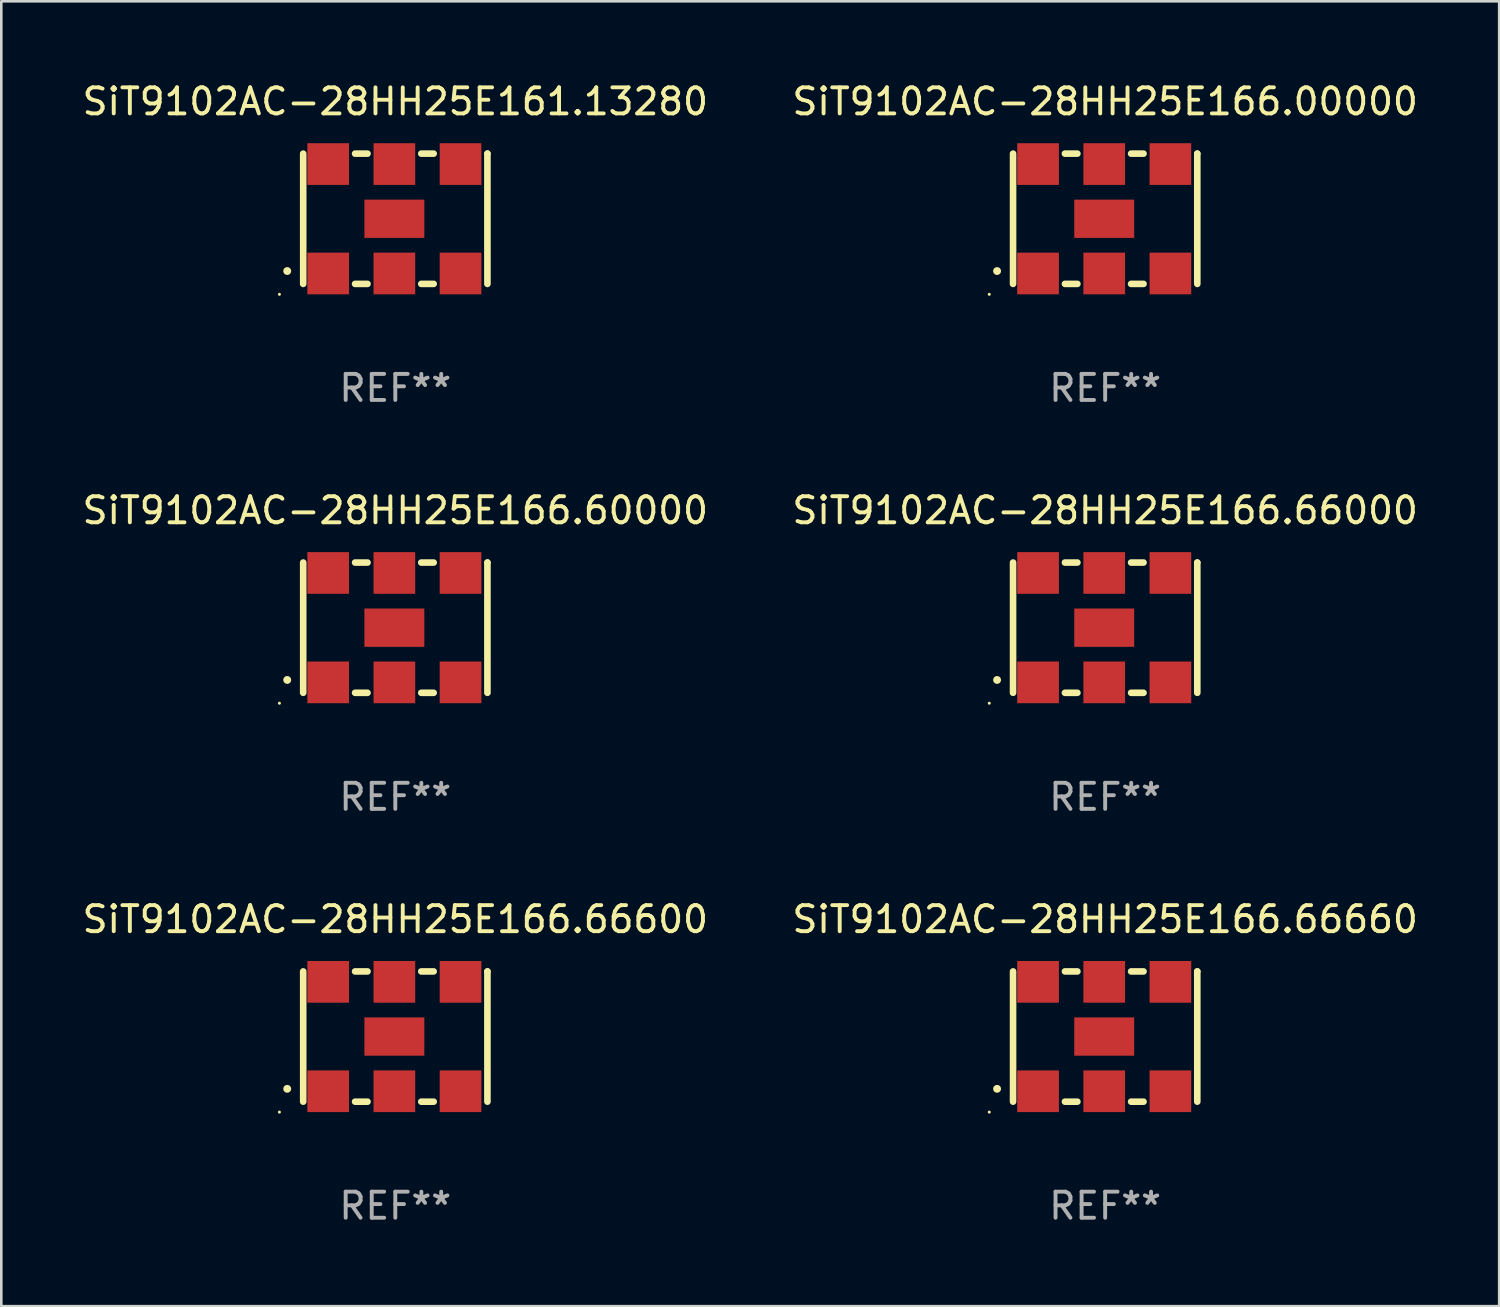
<source format=kicad_pcb>
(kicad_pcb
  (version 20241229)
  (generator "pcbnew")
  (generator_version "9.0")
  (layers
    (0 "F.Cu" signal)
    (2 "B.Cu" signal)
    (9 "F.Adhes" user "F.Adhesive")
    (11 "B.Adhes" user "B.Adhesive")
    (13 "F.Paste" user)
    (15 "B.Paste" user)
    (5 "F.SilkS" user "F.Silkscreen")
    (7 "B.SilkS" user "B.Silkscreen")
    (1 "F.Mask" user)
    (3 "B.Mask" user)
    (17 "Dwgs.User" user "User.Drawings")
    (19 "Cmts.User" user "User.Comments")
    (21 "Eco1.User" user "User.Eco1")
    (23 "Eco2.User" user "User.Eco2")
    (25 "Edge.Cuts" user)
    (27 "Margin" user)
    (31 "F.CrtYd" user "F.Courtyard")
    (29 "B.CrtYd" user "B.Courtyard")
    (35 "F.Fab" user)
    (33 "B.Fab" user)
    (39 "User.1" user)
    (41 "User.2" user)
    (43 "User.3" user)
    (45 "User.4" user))
  (footprint "SiT9102AC-28HH25E166.66660"
    (layer "F.Cu")
    (at 39.375 36.741)
    (property "Reference" "SiT9102AC-28HH25E166.66660" (at 0 -4.5 0) (layer "F.SilkS") (effects (font (size 1 1) (thickness 0.15))))
    (attr through_hole)
    (fp_line (start -3.536 -2.5) (end -3.536 2.5) (stroke (width 0.254) (type solid)) (layer "F.SilkS"))
    (fp_line (start -1.544 2.5) (end -1.067 2.5) (stroke (width 0.254) (type solid)) (layer "F.SilkS"))
    (fp_line (start -1.067 -2.5) (end -1.544 -2.5) (stroke (width 0.254) (type solid)) (layer "F.SilkS"))
    (fp_line (start 0.996 2.5) (end 1.473 2.5) (stroke (width 0.254) (type solid)) (layer "F.SilkS"))
    (fp_line (start 1.473 -2.5) (end 0.996 -2.5) (stroke (width 0.254) (type solid)) (layer "F.SilkS"))
    (fp_line (start 3.536 -2.5) (end 3.536 -2.5) (stroke (width 0.254) (type solid)) (layer "F.SilkS"))
    (fp_line (start 3.536 2.5) (end 3.536 -2.5) (stroke (width 0.254) (type solid)) (layer "F.SilkS"))
    (fp_arc (start -4.150432 2.006604) (mid -4.149162 2.006599) (end -4.147892 2.006604) (stroke (width 0.3) (type solid)) (layer "F.SilkS"))
    (fp_circle (center -4.449 2.9) (end -4.419 2.9) (stroke (width 0.06) (type solid)) (fill no) (layer "F.SilkS"))
    (fp_text user "REF**" (at 0 6.5 0) (layer "F.Fab") (effects (font (size 1 1) (thickness 0.15))))
    (pad "1" smd rect (at -2.576 2.1) (size 1.6 1.6) (layers "F.Cu" "F.Mask" "F.Paste"))
    (pad "2" smd rect (at -0.036 2.1) (size 1.6 1.6) (layers "F.Cu" "F.Mask" "F.Paste"))
    (pad "3" smd rect (at 2.504 2.1) (size 1.6 1.6) (layers "F.Cu" "F.Mask" "F.Paste"))
    (pad "4" smd rect (at 2.504 -2.1) (size 1.6 1.6) (layers "F.Cu" "F.Mask" "F.Paste"))
    (pad "5" smd rect (at -0.036 -2.1) (size 1.6 1.6) (layers "F.Cu" "F.Mask" "F.Paste"))
    (pad "6" smd rect (at -2.576 -2.1) (size 1.6 1.6) (layers "F.Cu" "F.Mask" "F.Paste"))
    (pad "7" smd rect (at -0.036 0) (size 2.3 1.47) (layers "F.Cu" "F.Mask" "F.Paste")))
  (footprint "SiT9102AC-28HH25E166.00000"
    (layer "F.Cu")
    (at 39.375 5.348)
    (property "Reference" "SiT9102AC-28HH25E166.00000" (at 0 -4.5 0) (layer "F.SilkS") (effects (font (size 1 1) (thickness 0.15))))
    (attr through_hole)
    (fp_line (start -3.536 -2.5) (end -3.536 2.5) (stroke (width 0.254) (type solid)) (layer "F.SilkS"))
    (fp_line (start -1.544 2.5) (end -1.067 2.5) (stroke (width 0.254) (type solid)) (layer "F.SilkS"))
    (fp_line (start -1.067 -2.5) (end -1.544 -2.5) (stroke (width 0.254) (type solid)) (layer "F.SilkS"))
    (fp_line (start 0.996 2.5) (end 1.473 2.5) (stroke (width 0.254) (type solid)) (layer "F.SilkS"))
    (fp_line (start 1.473 -2.5) (end 0.996 -2.5) (stroke (width 0.254) (type solid)) (layer "F.SilkS"))
    (fp_line (start 3.536 -2.5) (end 3.536 -2.5) (stroke (width 0.254) (type solid)) (layer "F.SilkS"))
    (fp_line (start 3.536 2.5) (end 3.536 -2.5) (stroke (width 0.254) (type solid)) (layer "F.SilkS"))
    (fp_arc (start -4.150432 2.006604) (mid -4.149162 2.006599) (end -4.147892 2.006604) (stroke (width 0.3) (type solid)) (layer "F.SilkS"))
    (fp_circle (center -4.449 2.9) (end -4.419 2.9) (stroke (width 0.06) (type solid)) (fill no) (layer "F.SilkS"))
    (fp_text user "REF**" (at 0 6.5 0) (layer "F.Fab") (effects (font (size 1 1) (thickness 0.15))))
    (pad "1" smd rect (at -2.576 2.1) (size 1.6 1.6) (layers "F.Cu" "F.Mask" "F.Paste"))
    (pad "2" smd rect (at -0.036 2.1) (size 1.6 1.6) (layers "F.Cu" "F.Mask" "F.Paste"))
    (pad "3" smd rect (at 2.504 2.1) (size 1.6 1.6) (layers "F.Cu" "F.Mask" "F.Paste"))
    (pad "4" smd rect (at 2.504 -2.1) (size 1.6 1.6) (layers "F.Cu" "F.Mask" "F.Paste"))
    (pad "5" smd rect (at -0.036 -2.1) (size 1.6 1.6) (layers "F.Cu" "F.Mask" "F.Paste"))
    (pad "6" smd rect (at -2.576 -2.1) (size 1.6 1.6) (layers "F.Cu" "F.Mask" "F.Paste"))
    (pad "7" smd rect (at -0.036 0) (size 2.3 1.47) (layers "F.Cu" "F.Mask" "F.Paste")))
  (footprint "SiT9102AC-28HH25E166.60000"
    (layer "F.Cu")
    (at 12.125 21.045)
    (property "Reference" "SiT9102AC-28HH25E166.60000" (at 0 -4.5 0) (layer "F.SilkS") (effects (font (size 1 1) (thickness 0.15))))
    (attr through_hole)
    (fp_line (start -3.536 -2.5) (end -3.536 2.5) (stroke (width 0.254) (type solid)) (layer "F.SilkS"))
    (fp_line (start -1.544 2.5) (end -1.067 2.5) (stroke (width 0.254) (type solid)) (layer "F.SilkS"))
    (fp_line (start -1.067 -2.5) (end -1.544 -2.5) (stroke (width 0.254) (type solid)) (layer "F.SilkS"))
    (fp_line (start 0.996 2.5) (end 1.473 2.5) (stroke (width 0.254) (type solid)) (layer "F.SilkS"))
    (fp_line (start 1.473 -2.5) (end 0.996 -2.5) (stroke (width 0.254) (type solid)) (layer "F.SilkS"))
    (fp_line (start 3.536 -2.5) (end 3.536 -2.5) (stroke (width 0.254) (type solid)) (layer "F.SilkS"))
    (fp_line (start 3.536 2.5) (end 3.536 -2.5) (stroke (width 0.254) (type solid)) (layer "F.SilkS"))
    (fp_arc (start -4.150432 2.006604) (mid -4.149162 2.006599) (end -4.147892 2.006604) (stroke (width 0.3) (type solid)) (layer "F.SilkS"))
    (fp_circle (center -4.449 2.9) (end -4.419 2.9) (stroke (width 0.06) (type solid)) (fill no) (layer "F.SilkS"))
    (fp_text user "REF**" (at 0 6.5 0) (layer "F.Fab") (effects (font (size 1 1) (thickness 0.15))))
    (pad "1" smd rect (at -2.576 2.1) (size 1.6 1.6) (layers "F.Cu" "F.Mask" "F.Paste"))
    (pad "2" smd rect (at -0.036 2.1) (size 1.6 1.6) (layers "F.Cu" "F.Mask" "F.Paste"))
    (pad "3" smd rect (at 2.504 2.1) (size 1.6 1.6) (layers "F.Cu" "F.Mask" "F.Paste"))
    (pad "4" smd rect (at 2.504 -2.1) (size 1.6 1.6) (layers "F.Cu" "F.Mask" "F.Paste"))
    (pad "5" smd rect (at -0.036 -2.1) (size 1.6 1.6) (layers "F.Cu" "F.Mask" "F.Paste"))
    (pad "6" smd rect (at -2.576 -2.1) (size 1.6 1.6) (layers "F.Cu" "F.Mask" "F.Paste"))
    (pad "7" smd rect (at -0.036 0) (size 2.3 1.47) (layers "F.Cu" "F.Mask" "F.Paste")))
  (footprint "SiT9102AC-28HH25E166.66000"
    (layer "F.Cu")
    (at 39.375 21.045)
    (property "Reference" "SiT9102AC-28HH25E166.66000" (at 0 -4.5 0) (layer "F.SilkS") (effects (font (size 1 1) (thickness 0.15))))
    (attr through_hole)
    (fp_line (start -3.536 -2.5) (end -3.536 2.5) (stroke (width 0.254) (type solid)) (layer "F.SilkS"))
    (fp_line (start -1.544 2.5) (end -1.067 2.5) (stroke (width 0.254) (type solid)) (layer "F.SilkS"))
    (fp_line (start -1.067 -2.5) (end -1.544 -2.5) (stroke (width 0.254) (type solid)) (layer "F.SilkS"))
    (fp_line (start 0.996 2.5) (end 1.473 2.5) (stroke (width 0.254) (type solid)) (layer "F.SilkS"))
    (fp_line (start 1.473 -2.5) (end 0.996 -2.5) (stroke (width 0.254) (type solid)) (layer "F.SilkS"))
    (fp_line (start 3.536 -2.5) (end 3.536 -2.5) (stroke (width 0.254) (type solid)) (layer "F.SilkS"))
    (fp_line (start 3.536 2.5) (end 3.536 -2.5) (stroke (width 0.254) (type solid)) (layer "F.SilkS"))
    (fp_arc (start -4.150432 2.006604) (mid -4.149162 2.006599) (end -4.147892 2.006604) (stroke (width 0.3) (type solid)) (layer "F.SilkS"))
    (fp_circle (center -4.449 2.9) (end -4.419 2.9) (stroke (width 0.06) (type solid)) (fill no) (layer "F.SilkS"))
    (fp_text user "REF**" (at 0 6.5 0) (layer "F.Fab") (effects (font (size 1 1) (thickness 0.15))))
    (pad "1" smd rect (at -2.576 2.1) (size 1.6 1.6) (layers "F.Cu" "F.Mask" "F.Paste"))
    (pad "2" smd rect (at -0.036 2.1) (size 1.6 1.6) (layers "F.Cu" "F.Mask" "F.Paste"))
    (pad "3" smd rect (at 2.504 2.1) (size 1.6 1.6) (layers "F.Cu" "F.Mask" "F.Paste"))
    (pad "4" smd rect (at 2.504 -2.1) (size 1.6 1.6) (layers "F.Cu" "F.Mask" "F.Paste"))
    (pad "5" smd rect (at -0.036 -2.1) (size 1.6 1.6) (layers "F.Cu" "F.Mask" "F.Paste"))
    (pad "6" smd rect (at -2.576 -2.1) (size 1.6 1.6) (layers "F.Cu" "F.Mask" "F.Paste"))
    (pad "7" smd rect (at -0.036 0) (size 2.3 1.47) (layers "F.Cu" "F.Mask" "F.Paste")))
  (footprint "SiT9102AC-28HH25E161.13280"
    (layer "F.Cu")
    (at 12.125 5.348)
    (property "Reference" "SiT9102AC-28HH25E161.13280" (at 0 -4.5 0) (layer "F.SilkS") (effects (font (size 1 1) (thickness 0.15))))
    (attr through_hole)
    (fp_line (start -3.536 -2.5) (end -3.536 2.5) (stroke (width 0.254) (type solid)) (layer "F.SilkS"))
    (fp_line (start -1.544 2.5) (end -1.067 2.5) (stroke (width 0.254) (type solid)) (layer "F.SilkS"))
    (fp_line (start -1.067 -2.5) (end -1.544 -2.5) (stroke (width 0.254) (type solid)) (layer "F.SilkS"))
    (fp_line (start 0.996 2.5) (end 1.473 2.5) (stroke (width 0.254) (type solid)) (layer "F.SilkS"))
    (fp_line (start 1.473 -2.5) (end 0.996 -2.5) (stroke (width 0.254) (type solid)) (layer "F.SilkS"))
    (fp_line (start 3.536 -2.5) (end 3.536 -2.5) (stroke (width 0.254) (type solid)) (layer "F.SilkS"))
    (fp_line (start 3.536 2.5) (end 3.536 -2.5) (stroke (width 0.254) (type solid)) (layer "F.SilkS"))
    (fp_arc (start -4.150432 2.006604) (mid -4.149162 2.006599) (end -4.147892 2.006604) (stroke (width 0.3) (type solid)) (layer "F.SilkS"))
    (fp_circle (center -4.449 2.9) (end -4.419 2.9) (stroke (width 0.06) (type solid)) (fill no) (layer "F.SilkS"))
    (fp_text user "REF**" (at 0 6.5 0) (layer "F.Fab") (effects (font (size 1 1) (thickness 0.15))))
    (pad "1" smd rect (at -2.576 2.1) (size 1.6 1.6) (layers "F.Cu" "F.Mask" "F.Paste"))
    (pad "2" smd rect (at -0.036 2.1) (size 1.6 1.6) (layers "F.Cu" "F.Mask" "F.Paste"))
    (pad "3" smd rect (at 2.504 2.1) (size 1.6 1.6) (layers "F.Cu" "F.Mask" "F.Paste"))
    (pad "4" smd rect (at 2.504 -2.1) (size 1.6 1.6) (layers "F.Cu" "F.Mask" "F.Paste"))
    (pad "5" smd rect (at -0.036 -2.1) (size 1.6 1.6) (layers "F.Cu" "F.Mask" "F.Paste"))
    (pad "6" smd rect (at -2.576 -2.1) (size 1.6 1.6) (layers "F.Cu" "F.Mask" "F.Paste"))
    (pad "7" smd rect (at -0.036 0) (size 2.3 1.47) (layers "F.Cu" "F.Mask" "F.Paste")))
  (footprint "SiT9102AC-28HH25E166.66600"
    (layer "F.Cu")
    (at 12.125 36.741)
    (property "Reference" "SiT9102AC-28HH25E166.66600" (at 0 -4.5 0) (layer "F.SilkS") (effects (font (size 1 1) (thickness 0.15))))
    (attr through_hole)
    (fp_line (start -3.536 -2.5) (end -3.536 2.5) (stroke (width 0.254) (type solid)) (layer "F.SilkS"))
    (fp_line (start -1.544 2.5) (end -1.067 2.5) (stroke (width 0.254) (type solid)) (layer "F.SilkS"))
    (fp_line (start -1.067 -2.5) (end -1.544 -2.5) (stroke (width 0.254) (type solid)) (layer "F.SilkS"))
    (fp_line (start 0.996 2.5) (end 1.473 2.5) (stroke (width 0.254) (type solid)) (layer "F.SilkS"))
    (fp_line (start 1.473 -2.5) (end 0.996 -2.5) (stroke (width 0.254) (type solid)) (layer "F.SilkS"))
    (fp_line (start 3.536 -2.5) (end 3.536 -2.5) (stroke (width 0.254) (type solid)) (layer "F.SilkS"))
    (fp_line (start 3.536 2.5) (end 3.536 -2.5) (stroke (width 0.254) (type solid)) (layer "F.SilkS"))
    (fp_arc (start -4.150432 2.006604) (mid -4.149162 2.006599) (end -4.147892 2.006604) (stroke (width 0.3) (type solid)) (layer "F.SilkS"))
    (fp_circle (center -4.449 2.9) (end -4.419 2.9) (stroke (width 0.06) (type solid)) (fill no) (layer "F.SilkS"))
    (fp_text user "REF**" (at 0 6.5 0) (layer "F.Fab") (effects (font (size 1 1) (thickness 0.15))))
    (pad "1" smd rect (at -2.576 2.1) (size 1.6 1.6) (layers "F.Cu" "F.Mask" "F.Paste"))
    (pad "2" smd rect (at -0.036 2.1) (size 1.6 1.6) (layers "F.Cu" "F.Mask" "F.Paste"))
    (pad "3" smd rect (at 2.504 2.1) (size 1.6 1.6) (layers "F.Cu" "F.Mask" "F.Paste"))
    (pad "4" smd rect (at 2.504 -2.1) (size 1.6 1.6) (layers "F.Cu" "F.Mask" "F.Paste"))
    (pad "5" smd rect (at -0.036 -2.1) (size 1.6 1.6) (layers "F.Cu" "F.Mask" "F.Paste"))
    (pad "6" smd rect (at -2.576 -2.1) (size 1.6 1.6) (layers "F.Cu" "F.Mask" "F.Paste"))
    (pad "7" smd rect (at -0.036 0) (size 2.3 1.47) (layers "F.Cu" "F.Mask" "F.Paste")))
  (gr_rect
    (start -3 -3)
    (end 54.5 47.09)
    (stroke (width 0.1) (type default))
    (fill no)
    (layer "Edge.Cuts")))
</source>
